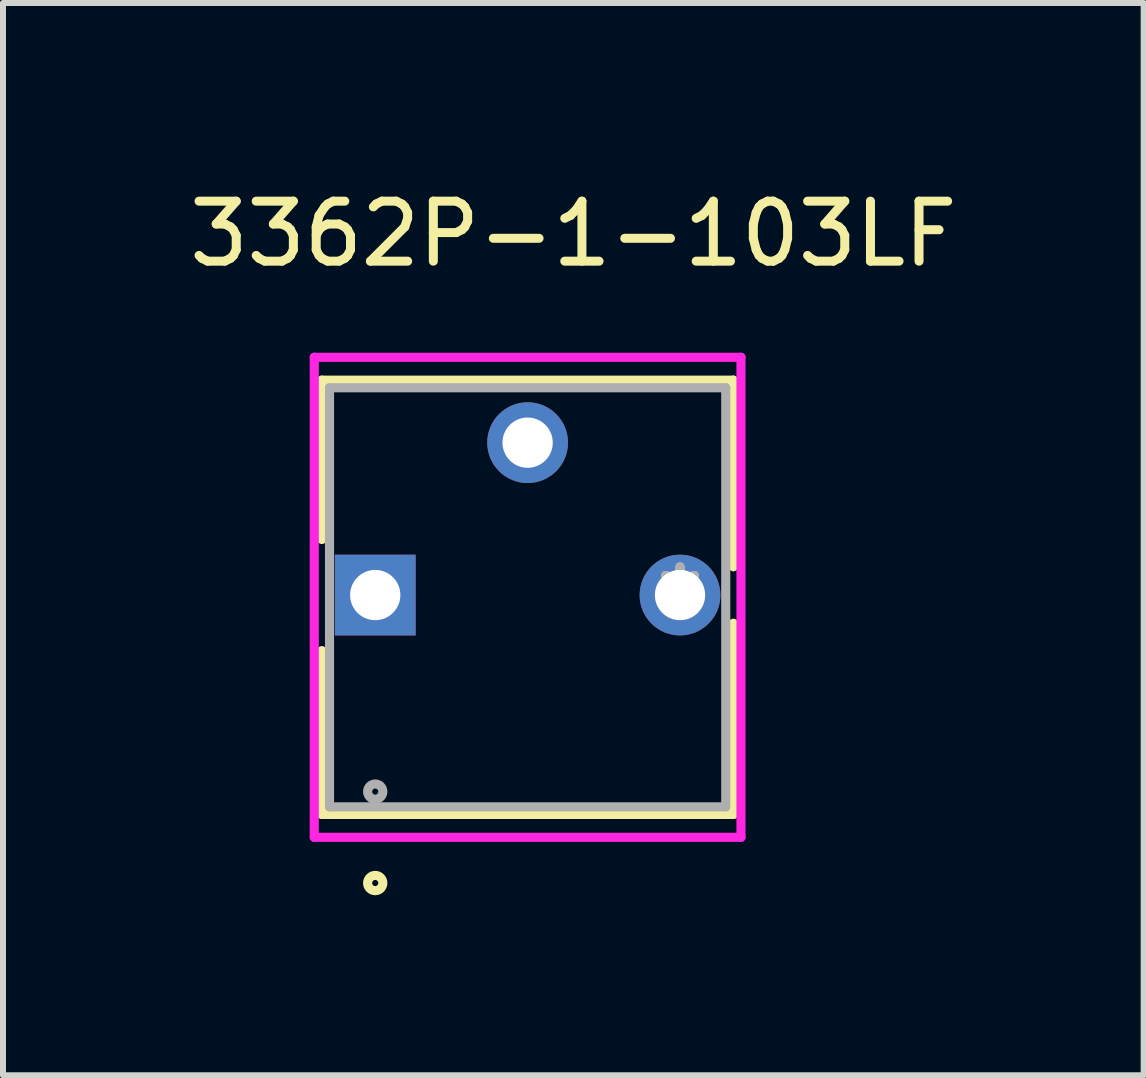
<source format=kicad_pcb>
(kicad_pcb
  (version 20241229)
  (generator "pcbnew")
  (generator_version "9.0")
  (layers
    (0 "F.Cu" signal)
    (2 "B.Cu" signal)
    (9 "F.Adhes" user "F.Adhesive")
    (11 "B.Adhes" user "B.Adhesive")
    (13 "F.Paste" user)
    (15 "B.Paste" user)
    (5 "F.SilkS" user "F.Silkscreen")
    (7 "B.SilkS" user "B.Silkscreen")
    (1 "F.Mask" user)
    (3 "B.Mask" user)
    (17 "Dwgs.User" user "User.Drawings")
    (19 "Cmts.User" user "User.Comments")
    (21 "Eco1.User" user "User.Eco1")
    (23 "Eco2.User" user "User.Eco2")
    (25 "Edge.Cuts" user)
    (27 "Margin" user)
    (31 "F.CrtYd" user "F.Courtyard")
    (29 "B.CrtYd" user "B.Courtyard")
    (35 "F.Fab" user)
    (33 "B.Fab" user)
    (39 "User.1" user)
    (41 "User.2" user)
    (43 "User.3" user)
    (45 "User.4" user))
  (footprint "3362P-1-103LF"
    (layer "F.Cu")
    (at 8.284 6.944)
    (property "Reference" "3362P-1-103LF" (at -1.778 -6.096 0) (layer "F.SilkS") (effects (font (size 1 1) (thickness 0.15))))
    (attr through_hole)
    (fp_line (start -5.969 -3.658) (end -5.969 -1.002) (stroke (width 0.152) (type solid)) (layer "F.SilkS"))
    (fp_line (start -5.969 0.85) (end -5.969 3.581) (stroke (width 0.152) (type solid)) (layer "F.SilkS"))
    (fp_line (start -5.969 3.581) (end 0.889 3.581) (stroke (width 0.152) (type solid)) (layer "F.SilkS"))
    (fp_line (start 0.889 -3.658) (end -5.969 -3.658) (stroke (width 0.152) (type solid)) (layer "F.SilkS"))
    (fp_line (start 0.889 -0.547) (end 0.889 -3.658) (stroke (width 0.152) (type solid)) (layer "F.SilkS"))
    (fp_line (start 0.889 3.581) (end 0.889 0.394) (stroke (width 0.152) (type solid)) (layer "F.SilkS"))
    (fp_circle (center -5.08 4.724) (end -4.953 4.724) (stroke (width 0.152) (type solid)) (fill no) (layer "F.SilkS"))
    (fp_line (start -6.096 -4.039) (end 1.016 -4.039) (stroke (width 0.152) (type solid)) (layer "F.CrtYd"))
    (fp_line (start -6.096 3.962) (end -6.096 -4.039) (stroke (width 0.152) (type solid)) (layer "F.CrtYd"))
    (fp_line (start 1.016 -4.039) (end 1.016 3.962) (stroke (width 0.152) (type solid)) (layer "F.CrtYd"))
    (fp_line (start 1.016 3.962) (end -6.096 3.962) (stroke (width 0.152) (type solid)) (layer "F.CrtYd"))
    (fp_line (start -5.842 -3.531) (end -5.842 3.454) (stroke (width 0.152) (type solid)) (layer "F.Fab"))
    (fp_line (start -5.842 3.454) (end 0.762 3.454) (stroke (width 0.152) (type solid)) (layer "F.Fab"))
    (fp_line (start 0.762 -3.531) (end -5.842 -3.531) (stroke (width 0.152) (type solid)) (layer "F.Fab"))
    (fp_line (start 0.762 3.454) (end 0.762 -3.531) (stroke (width 0.152) (type solid)) (layer "F.Fab"))
    (fp_circle (center -5.08 3.2) (end -4.953 3.2) (stroke (width 0.152) (type solid)) (fill no) (layer "F.Fab"))
    (fp_text user "*" (at 0 0 0) (layer "F.SilkS") (effects (font (size 1 1) (thickness 0.15))))
    (fp_text user "*" (at 0 0 0) (layer "F.Fab") (effects (font (size 1 1) (thickness 0.15))))
    (pad "1" thru_hole rect (at -5.08 -0.076) (size 1.346 1.346) (drill 0.838) (layers "*.Cu" "*.Mask"))
    (pad "2" thru_hole circle (at -2.54 -2.616) (size 1.346 1.346) (drill 0.838) (layers "*.Cu" "*.Mask"))
    (pad "3" thru_hole circle (at 0 -0.076) (size 1.346 1.346) (drill 0.838) (layers "*.Cu" "*.Mask")))
  (gr_rect
    (start -3 -3)
    (end 16.012 14.872)
    (stroke (width 0.1) (type default))
    (fill no)
    (layer "Edge.Cuts")))
</source>
